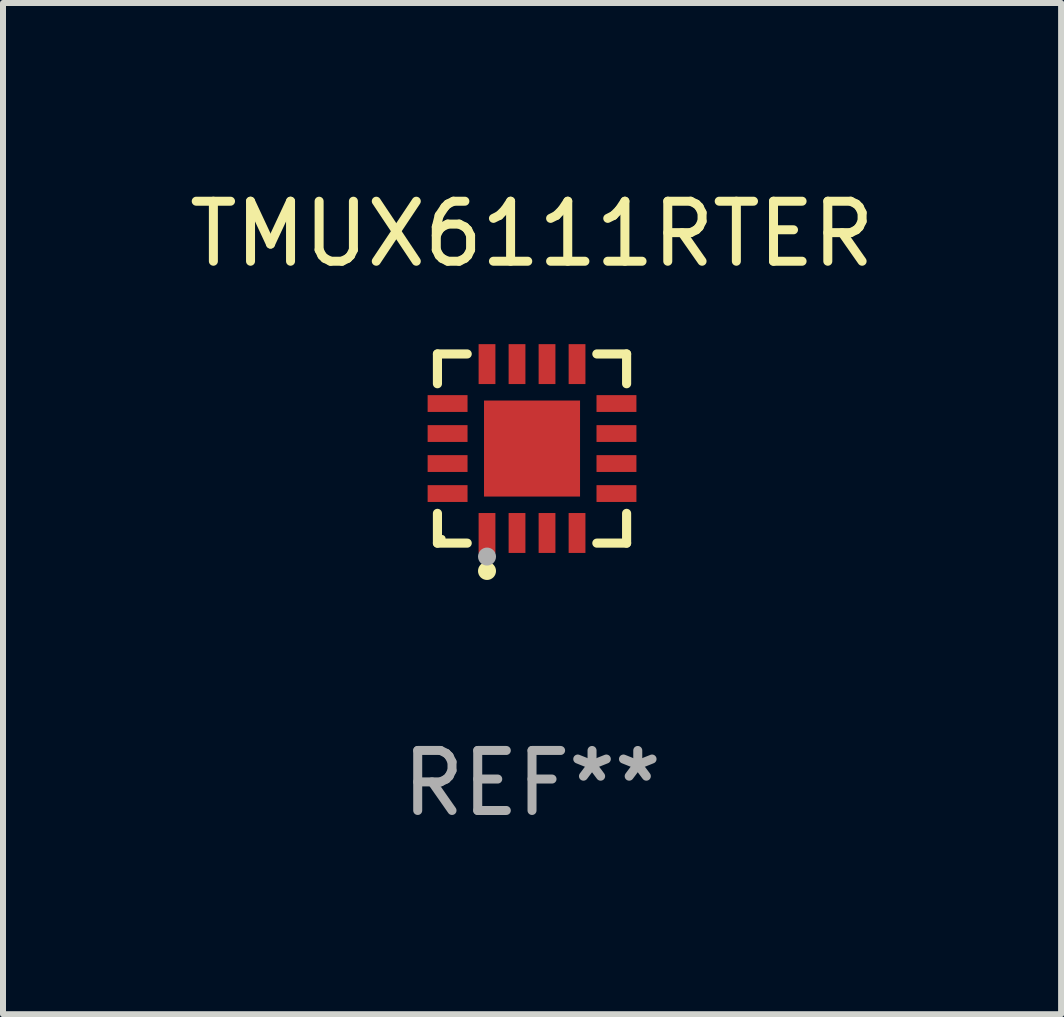
<source format=kicad_pcb>
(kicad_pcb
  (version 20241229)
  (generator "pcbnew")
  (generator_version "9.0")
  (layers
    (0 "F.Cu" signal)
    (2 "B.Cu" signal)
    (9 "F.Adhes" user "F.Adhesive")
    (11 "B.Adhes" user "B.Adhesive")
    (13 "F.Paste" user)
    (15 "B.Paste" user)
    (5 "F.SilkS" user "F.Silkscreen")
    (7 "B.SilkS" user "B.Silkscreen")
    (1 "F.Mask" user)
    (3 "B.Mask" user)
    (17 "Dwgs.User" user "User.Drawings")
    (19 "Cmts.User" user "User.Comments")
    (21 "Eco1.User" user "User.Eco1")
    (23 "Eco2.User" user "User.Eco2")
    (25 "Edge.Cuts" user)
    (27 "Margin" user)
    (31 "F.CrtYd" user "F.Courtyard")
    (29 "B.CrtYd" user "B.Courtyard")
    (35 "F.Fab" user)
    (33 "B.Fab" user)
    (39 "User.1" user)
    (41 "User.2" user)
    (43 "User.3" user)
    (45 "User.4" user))
  (footprint "TMUX6111RTER"
    (layer "F.Cu")
    (at 5.815 4.424)
    (property "Reference" "TMUX6111RTER" (at 0 -3.576 0) (layer "F.SilkS") (effects (font (size 1 1) (thickness 0.15))))
    (attr through_hole)
    (fp_line (start -1.576 -1.576) (end -1.08 -1.576) (stroke (width 0.152) (type solid)) (layer "F.SilkS"))
    (fp_line (start -1.576 -1.08) (end -1.576 -1.576) (stroke (width 0.152) (type solid)) (layer "F.SilkS"))
    (fp_line (start -1.576 1.08) (end -1.576 1.576) (stroke (width 0.152) (type solid)) (layer "F.SilkS"))
    (fp_line (start -1.576 1.576) (end -1.08 1.576) (stroke (width 0.152) (type solid)) (layer "F.SilkS"))
    (fp_line (start 1.576 -1.576) (end 1.08 -1.576) (stroke (width 0.152) (type solid)) (layer "F.SilkS"))
    (fp_line (start 1.576 -1.08) (end 1.576 -1.576) (stroke (width 0.152) (type solid)) (layer "F.SilkS"))
    (fp_line (start 1.576 1.08) (end 1.576 1.576) (stroke (width 0.152) (type solid)) (layer "F.SilkS"))
    (fp_line (start 1.576 1.576) (end 1.08 1.576) (stroke (width 0.152) (type solid)) (layer "F.SilkS"))
    (fp_circle (center -1.5 1.5) (end -1.47 1.5) (stroke (width 0.06) (type solid)) (fill no) (layer "F.SilkS"))
    (fp_circle (center -0.75 2.04) (end -0.675 2.04) (stroke (width 0.15) (type solid)) (fill no) (layer "F.SilkS"))
    (fp_circle (center -0.75 1.8) (end -0.675 1.8) (stroke (width 0.15) (type solid)) (fill no) (layer "F.Fab"))
    (fp_text user "REF**" (at 0 5.576 0) (layer "F.Fab") (effects (font (size 1 1) (thickness 0.15))))
    (pad "1" smd rect (at -0.75 1.407) (size 0.28 0.665) (layers "F.Cu" "F.Mask" "F.Paste"))
    (pad "2" smd rect (at -0.25 1.407) (size 0.28 0.665) (layers "F.Cu" "F.Mask" "F.Paste"))
    (pad "3" smd rect (at 0.25 1.407) (size 0.28 0.665) (layers "F.Cu" "F.Mask" "F.Paste"))
    (pad "4" smd rect (at 0.75 1.407) (size 0.28 0.665) (layers "F.Cu" "F.Mask" "F.Paste"))
    (pad "5" smd rect (at 1.407 0.75) (size 0.665 0.28) (layers "F.Cu" "F.Mask" "F.Paste"))
    (pad "6" smd rect (at 1.407 0.25) (size 0.665 0.28) (layers "F.Cu" "F.Mask" "F.Paste"))
    (pad "7" smd rect (at 1.407 -0.25) (size 0.665 0.28) (layers "F.Cu" "F.Mask" "F.Paste"))
    (pad "8" smd rect (at 1.407 -0.75) (size 0.665 0.28) (layers "F.Cu" "F.Mask" "F.Paste"))
    (pad "9" smd rect (at 0.75 -1.407) (size 0.28 0.665) (layers "F.Cu" "F.Mask" "F.Paste"))
    (pad "10" smd rect (at 0.25 -1.407) (size 0.28 0.665) (layers "F.Cu" "F.Mask" "F.Paste"))
    (pad "11" smd rect (at -0.25 -1.407) (size 0.28 0.665) (layers "F.Cu" "F.Mask" "F.Paste"))
    (pad "12" smd rect (at -0.75 -1.407) (size 0.28 0.665) (layers "F.Cu" "F.Mask" "F.Paste"))
    (pad "13" smd rect (at -1.407 -0.75) (size 0.665 0.28) (layers "F.Cu" "F.Mask" "F.Paste"))
    (pad "14" smd rect (at -1.407 -0.25) (size 0.665 0.28) (layers "F.Cu" "F.Mask" "F.Paste"))
    (pad "15" smd rect (at -1.407 0.25) (size 0.665 0.28) (layers "F.Cu" "F.Mask" "F.Paste"))
    (pad "16" smd rect (at -1.407 0.75) (size 0.665 0.28) (layers "F.Cu" "F.Mask" "F.Paste"))
    (pad "17" smd rect (at 0 0) (size 1.6 1.6) (layers "F.Cu" "F.Mask" "F.Paste")))
  (gr_rect
    (start -3 -3)
    (end 14.631 13.849)
    (stroke (width 0.1) (type default))
    (fill no)
    (layer "Edge.Cuts")))
</source>
